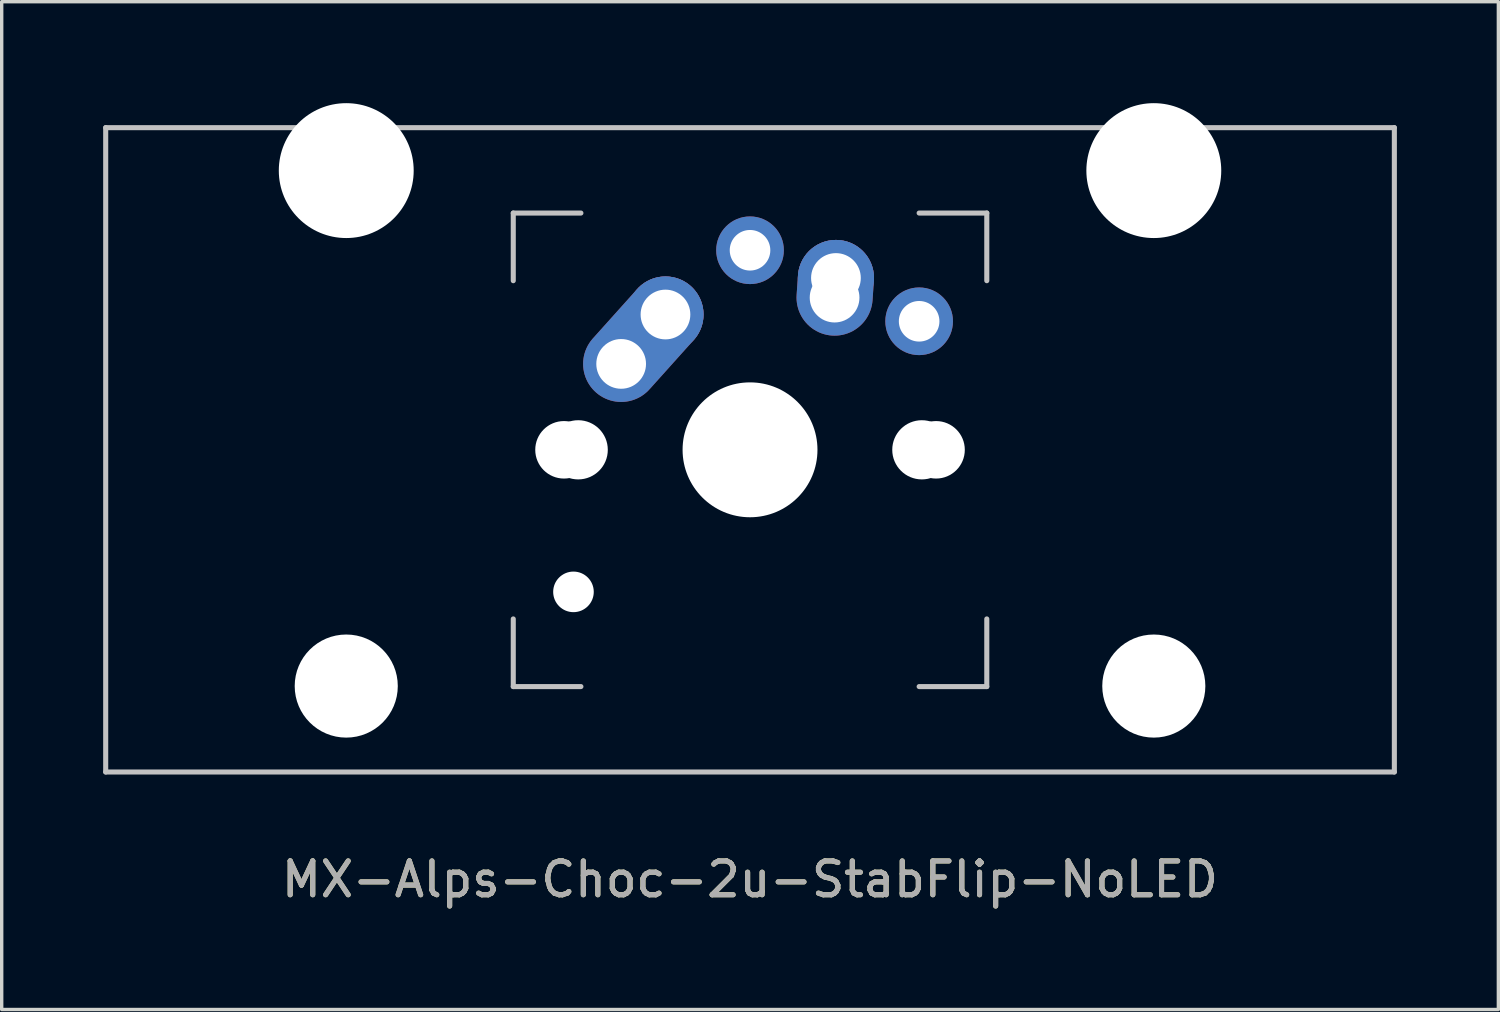
<source format=kicad_pcb>
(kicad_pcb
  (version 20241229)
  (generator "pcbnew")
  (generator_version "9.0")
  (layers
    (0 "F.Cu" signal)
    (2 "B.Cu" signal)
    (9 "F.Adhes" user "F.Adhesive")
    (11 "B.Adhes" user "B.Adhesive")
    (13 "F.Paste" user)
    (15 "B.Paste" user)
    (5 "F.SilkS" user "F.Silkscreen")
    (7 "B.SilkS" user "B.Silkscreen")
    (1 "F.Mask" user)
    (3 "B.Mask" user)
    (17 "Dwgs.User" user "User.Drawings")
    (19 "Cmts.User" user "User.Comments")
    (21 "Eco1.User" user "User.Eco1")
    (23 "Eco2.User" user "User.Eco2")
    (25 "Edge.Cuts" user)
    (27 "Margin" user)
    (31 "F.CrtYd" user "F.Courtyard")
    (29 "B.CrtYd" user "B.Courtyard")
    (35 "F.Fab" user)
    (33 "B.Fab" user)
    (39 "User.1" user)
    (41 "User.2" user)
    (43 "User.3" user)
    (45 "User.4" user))
  (footprint "MX-Alps-Choc-2u-StabFlip-NoLED"
    (layer "F.Cu")
    (at 19.125 10.249)
    (property "Reference" "MX-Alps-Choc-2u-StabFlip-NoLED" (at 0 12.7 0) (unlocked yes) (layer "F.SilkS") (effects (font (size 1 1) (thickness 0.15))))
    (fp_line (start -19.05 -9.525) (end 19.05 -9.525) (stroke (width 0.15) (type solid)) (layer "Dwgs.User"))
    (fp_line (start -19.05 9.525) (end -19.05 -9.525) (stroke (width 0.15) (type solid)) (layer "Dwgs.User"))
    (fp_line (start -7 -7) (end -7 -5) (stroke (width 0.15) (type solid)) (layer "Dwgs.User"))
    (fp_line (start -7 5) (end -7 7) (stroke (width 0.15) (type solid)) (layer "Dwgs.User"))
    (fp_line (start -7 7) (end -5 7) (stroke (width 0.15) (type solid)) (layer "Dwgs.User"))
    (fp_line (start -5 -7) (end -7 -7) (stroke (width 0.15) (type solid)) (layer "Dwgs.User"))
    (fp_line (start 5 -7) (end 7 -7) (stroke (width 0.15) (type solid)) (layer "Dwgs.User"))
    (fp_line (start 5 7) (end 7 7) (stroke (width 0.15) (type solid)) (layer "Dwgs.User"))
    (fp_line (start 7 -7) (end 7 -5) (stroke (width 0.15) (type solid)) (layer "Dwgs.User"))
    (fp_line (start 7 7) (end 7 5) (stroke (width 0.15) (type solid)) (layer "Dwgs.User"))
    (fp_line (start 19.05 -9.525) (end 19.05 9.525) (stroke (width 0.15) (type solid)) (layer "Dwgs.User"))
    (fp_line (start 19.05 9.525) (end -19.05 9.525) (stroke (width 0.15) (type solid)) (layer "Dwgs.User"))
    (fp_text user "${REFERENCE}" (at 0 12.7 0) (unlocked yes) (layer "F.Fab") (effects (font (size 1 1) (thickness 0.15))))
    (pad "" np_thru_hole circle (at -11.938 -8.255) (size 3.988 3.988) (drill 3.988) (layers "*.Cu" "*.Mask"))
    (pad "" np_thru_hole circle (at -11.938 6.985) (size 3.048 3.048) (drill 3.048) (layers "*.Cu" "*.Mask"))
    (pad "" np_thru_hole circle (at -5.5 0 48.1) (size 1.7 1.7) (drill 1.7) (layers "*.Cu" "*.Mask"))
    (pad "" np_thru_hole circle (at -5.22 4.2 48.1) (size 1.2 1.2) (drill 1.2) (layers "*.Cu" "*.Mask"))
    (pad "" np_thru_hole circle (at -5.08 0 48.1) (size 1.75 1.75) (drill 1.75) (layers "*.Cu" "*.Mask"))
    (pad "" np_thru_hole circle (at 0 0) (size 3.988 3.988) (drill 3.988) (layers "*.Cu" "*.Mask"))
    (pad "" np_thru_hole circle (at 5.08 0 48.1) (size 1.75 1.75) (drill 1.75) (layers "*.Cu" "*.Mask"))
    (pad "" np_thru_hole circle (at 5.5 0 48.1) (size 1.7 1.7) (drill 1.7) (layers "*.Cu" "*.Mask"))
    (pad "" np_thru_hole circle (at 11.938 -8.255) (size 3.988 3.988) (drill 3.988) (layers "*.Cu" "*.Mask"))
    (pad "" np_thru_hole circle (at 11.938 6.985) (size 3.048 3.048) (drill 3.048) (layers "*.Cu" "*.Mask"))
    (pad "1" thru_hole oval (at -3.81 -2.54 48.1) (size 4.212 2.25) (drill 1.47 (offset 0.981 0)) (layers "*.Cu" "*.Mask"))
    (pad "1" thru_hole circle (at -2.5 -4) (size 2.25 2.25) (drill 1.47) (layers "*.Cu" "*.Mask"))
    (pad "1" thru_hole circle (at 0 -5.9) (size 2 2) (drill 1.2) (layers "*.Cu" "*.Mask"))
    (pad "2" thru_hole oval (at 2.5 -4.5 86.1) (size 2.831 2.25) (drill 1.47 (offset 0.291 0)) (layers "*.Cu" "*.Mask"))
    (pad "2" thru_hole circle (at 2.54 -5.08) (size 2.25 2.25) (drill 1.47) (layers "*.Cu" "*.Mask"))
    (pad "2" thru_hole circle (at 5 -3.8) (size 2 2) (drill 1.2) (layers "*.Cu" "*.Mask")))
  (gr_rect
    (start -3 -3)
    (end 41.25 26.797)
    (stroke (width 0.1) (type default))
    (fill no)
    (layer "Edge.Cuts")))
</source>
